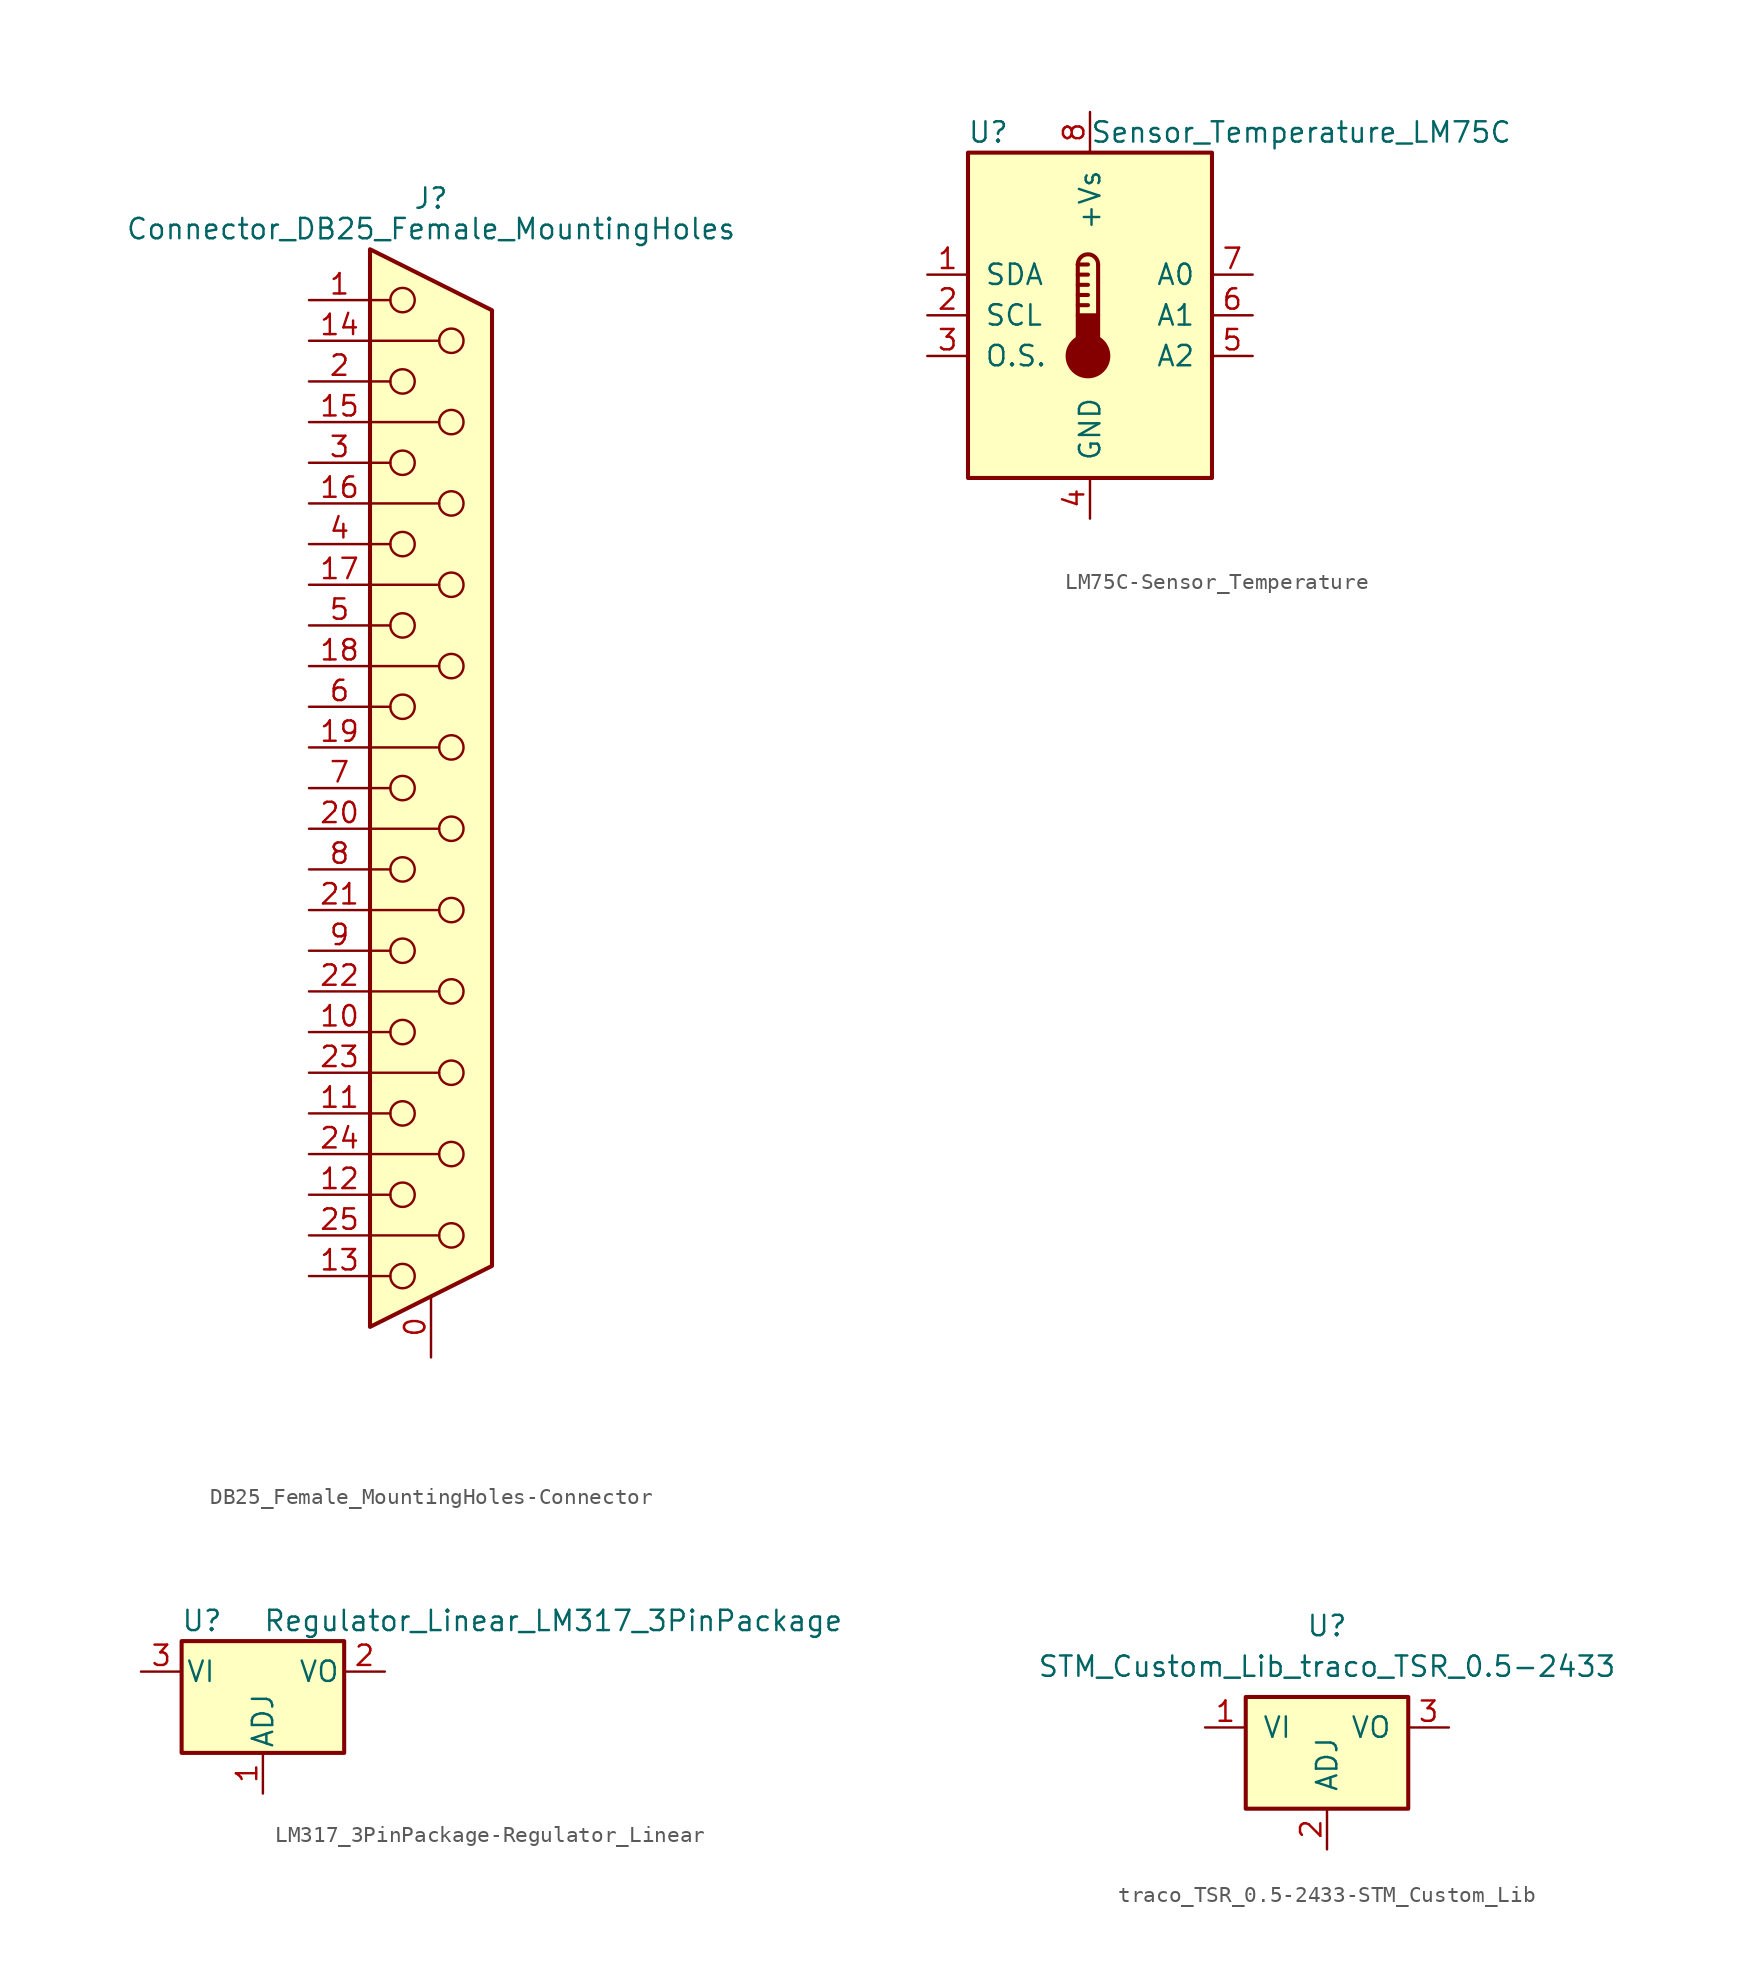
<source format=kicad_sym>
(kicad_symbol_lib
  (version 20231120)
  (generator "kicad_symbol_editor")
  (generator_version "8.0")
  (symbol "DB25_Female_MountingHoles-Connector"
    (pin_names
      (offset 1.016) hide)
    (property "Reference" "J"
      (at 0 36.83 0)
      (effects (font (size 1.27 1.27))))
    (property "Value" "Connector_DB25_Female_MountingHoles"
      (at 0 34.925 0)
      (effects (font (size 1.27 1.27))))
    (symbol "DB25_Female_MountingHoles-Connector_0_1"
      (circle (center -1.778 -30.48) (radius 0.762) (stroke (width 0) (type solid)) (fill (type none)))
      (circle (center -1.778 -25.4) (radius 0.762) (stroke (width 0) (type solid)) (fill (type none)))
      (circle (center -1.778 -20.32) (radius 0.762) (stroke (width 0) (type solid)) (fill (type none)))
      (circle (center -1.778 -15.24) (radius 0.762) (stroke (width 0) (type solid)) (fill (type none)))
      (circle (center -1.778 -10.16) (radius 0.762) (stroke (width 0) (type solid)) (fill (type none)))
      (circle (center -1.778 -5.08) (radius 0.762) (stroke (width 0) (type solid)) (fill (type none)))
      (circle (center -1.778 0) (radius 0.762) (stroke (width 0) (type solid)) (fill (type none)))
      (circle (center -1.778 5.08) (radius 0.762) (stroke (width 0) (type solid)) (fill (type none)))
      (circle (center -1.778 10.16) (radius 0.762) (stroke (width 0) (type solid)) (fill (type none)))
      (circle (center -1.778 15.24) (radius 0.762) (stroke (width 0) (type solid)) (fill (type none)))
      (circle (center -1.778 20.32) (radius 0.762) (stroke (width 0) (type solid)) (fill (type none)))
      (circle (center -1.778 25.4) (radius 0.762) (stroke (width 0) (type solid)) (fill (type none)))
      (circle (center -1.778 30.48) (radius 0.762) (stroke (width 0) (type solid)) (fill (type none)))
      (polyline (pts (xy -3.81 -30.48) (xy -2.54 -30.48)) (stroke (width 0) (type solid)) (fill (type none)))
      (polyline (pts (xy -3.81 -27.94) (xy 0.508 -27.94)) (stroke (width 0) (type solid)) (fill (type none)))
      (polyline (pts (xy -3.81 -25.4) (xy -2.54 -25.4)) (stroke (width 0) (type solid)) (fill (type none)))
      (polyline (pts (xy -3.81 -22.86) (xy 0.508 -22.86)) (stroke (width 0) (type solid)) (fill (type none)))
      (polyline (pts (xy -3.81 -20.32) (xy -2.54 -20.32)) (stroke (width 0) (type solid)) (fill (type none)))
      (polyline (pts (xy -3.81 -17.78) (xy 0.508 -17.78)) (stroke (width 0) (type solid)) (fill (type none)))
      (polyline (pts (xy -3.81 -15.24) (xy -2.54 -15.24)) (stroke (width 0) (type solid)) (fill (type none)))
      (polyline (pts (xy -3.81 -12.7) (xy 0.508 -12.7)) (stroke (width 0) (type solid)) (fill (type none)))
      (polyline (pts (xy -3.81 -10.16) (xy -2.54 -10.16)) (stroke (width 0) (type solid)) (fill (type none)))
      (polyline (pts (xy -3.81 -7.62) (xy 0.508 -7.62)) (stroke (width 0) (type solid)) (fill (type none)))
      (polyline (pts (xy -3.81 -5.08) (xy -2.54 -5.08)) (stroke (width 0) (type solid)) (fill (type none)))
      (polyline (pts (xy -3.81 -2.54) (xy 0.508 -2.54)) (stroke (width 0) (type solid)) (fill (type none)))
      (polyline (pts (xy -3.81 0) (xy -2.54 0)) (stroke (width 0) (type solid)) (fill (type none)))
      (polyline (pts (xy -3.81 2.54) (xy 0.508 2.54)) (stroke (width 0) (type solid)) (fill (type none)))
      (polyline (pts (xy -3.81 5.08) (xy -2.54 5.08)) (stroke (width 0) (type solid)) (fill (type none)))
      (polyline (pts (xy -3.81 7.62) (xy 0.508 7.62)) (stroke (width 0) (type solid)) (fill (type none)))
      (polyline (pts (xy -3.81 10.16) (xy -2.54 10.16)) (stroke (width 0) (type solid)) (fill (type none)))
      (polyline (pts (xy -3.81 12.7) (xy 0.508 12.7)) (stroke (width 0) (type solid)) (fill (type none)))
      (polyline (pts (xy -3.81 15.24) (xy -2.54 15.24)) (stroke (width 0) (type solid)) (fill (type none)))
      (polyline (pts (xy -3.81 17.78) (xy 0.508 17.78)) (stroke (width 0) (type solid)) (fill (type none)))
      (polyline (pts (xy -3.81 20.32) (xy -2.54 20.32)) (stroke (width 0) (type solid)) (fill (type none)))
      (polyline (pts (xy -3.81 22.86) (xy 0.508 22.86)) (stroke (width 0) (type solid)) (fill (type none)))
      (polyline (pts (xy -3.81 25.4) (xy -2.54 25.4)) (stroke (width 0) (type solid)) (fill (type none)))
      (polyline (pts (xy -3.81 27.94) (xy 0.508 27.94)) (stroke (width 0) (type solid)) (fill (type none)))
      (polyline (pts (xy -3.81 30.48) (xy -2.54 30.48)) (stroke (width 0) (type solid)) (fill (type none)))
      (polyline (pts (xy -3.81 33.655) (xy 3.81 29.845) (xy 3.81 -29.845) (xy -3.81 -33.655) (xy -3.81 33.655)) (stroke (width 0.254) (type solid)) (fill (type background)))
      (circle (center 1.27 -27.94) (radius 0.762) (stroke (width 0) (type solid)) (fill (type none)))
      (circle (center 1.27 -22.86) (radius 0.762) (stroke (width 0) (type solid)) (fill (type none)))
      (circle (center 1.27 -17.78) (radius 0.762) (stroke (width 0) (type solid)) (fill (type none)))
      (circle (center 1.27 -12.7) (radius 0.762) (stroke (width 0) (type solid)) (fill (type none)))
      (circle (center 1.27 -7.62) (radius 0.762) (stroke (width 0) (type solid)) (fill (type none)))
      (circle (center 1.27 -2.54) (radius 0.762) (stroke (width 0) (type solid)) (fill (type none)))
      (circle (center 1.27 2.54) (radius 0.762) (stroke (width 0) (type solid)) (fill (type none)))
      (circle (center 1.27 7.62) (radius 0.762) (stroke (width 0) (type solid)) (fill (type none)))
      (circle (center 1.27 12.7) (radius 0.762) (stroke (width 0) (type solid)) (fill (type none)))
      (circle (center 1.27 17.78) (radius 0.762) (stroke (width 0) (type solid)) (fill (type none)))
      (circle (center 1.27 22.86) (radius 0.762) (stroke (width 0) (type solid)) (fill (type none)))
      (circle (center 1.27 27.94) (radius 0.762) (stroke (width 0) (type solid)) (fill (type none))))
    (symbol "DB25_Female_MountingHoles-Connector_1_1"
      (pin passive line (at 0 -35.56 90) (length 3.81) (name "PAD" (effects (font (size 1.27 1.27)))) (number "0" (effects (font (size 1.27 1.27)))))
      (pin passive line (at -7.62 30.48 0) (length 3.81) (name "1" (effects (font (size 1.27 1.27)))) (number "1" (effects (font (size 1.27 1.27)))))
      (pin passive line (at -7.62 -15.24 0) (length 3.81) (name "10" (effects (font (size 1.27 1.27)))) (number "10" (effects (font (size 1.27 1.27)))))
      (pin passive line (at -7.62 -20.32 0) (length 3.81) (name "11" (effects (font (size 1.27 1.27)))) (number "11" (effects (font (size 1.27 1.27)))))
      (pin passive line (at -7.62 -25.4 0) (length 3.81) (name "12" (effects (font (size 1.27 1.27)))) (number "12" (effects (font (size 1.27 1.27)))))
      (pin passive line (at -7.62 -30.48 0) (length 3.81) (name "13" (effects (font (size 1.27 1.27)))) (number "13" (effects (font (size 1.27 1.27)))))
      (pin passive line (at -7.62 27.94 0) (length 3.81) (name "P14" (effects (font (size 1.27 1.27)))) (number "14" (effects (font (size 1.27 1.27)))))
      (pin passive line (at -7.62 22.86 0) (length 3.81) (name "P15" (effects (font (size 1.27 1.27)))) (number "15" (effects (font (size 1.27 1.27)))))
      (pin passive line (at -7.62 17.78 0) (length 3.81) (name "P16" (effects (font (size 1.27 1.27)))) (number "16" (effects (font (size 1.27 1.27)))))
      (pin passive line (at -7.62 12.7 0) (length 3.81) (name "P17" (effects (font (size 1.27 1.27)))) (number "17" (effects (font (size 1.27 1.27)))))
      (pin passive line (at -7.62 7.62 0) (length 3.81) (name "P18" (effects (font (size 1.27 1.27)))) (number "18" (effects (font (size 1.27 1.27)))))
      (pin passive line (at -7.62 2.54 0) (length 3.81) (name "P19" (effects (font (size 1.27 1.27)))) (number "19" (effects (font (size 1.27 1.27)))))
      (pin passive line (at -7.62 25.4 0) (length 3.81) (name "2" (effects (font (size 1.27 1.27)))) (number "2" (effects (font (size 1.27 1.27)))))
      (pin passive line (at -7.62 -2.54 0) (length 3.81) (name "P20" (effects (font (size 1.27 1.27)))) (number "20" (effects (font (size 1.27 1.27)))))
      (pin passive line (at -7.62 -7.62 0) (length 3.81) (name "P21" (effects (font (size 1.27 1.27)))) (number "21" (effects (font (size 1.27 1.27)))))
      (pin passive line (at -7.62 -12.7 0) (length 3.81) (name "P22" (effects (font (size 1.27 1.27)))) (number "22" (effects (font (size 1.27 1.27)))))
      (pin passive line (at -7.62 -17.78 0) (length 3.81) (name "P23" (effects (font (size 1.27 1.27)))) (number "23" (effects (font (size 1.27 1.27)))))
      (pin passive line (at -7.62 -22.86 0) (length 3.81) (name "P24" (effects (font (size 1.27 1.27)))) (number "24" (effects (font (size 1.27 1.27)))))
      (pin passive line (at -7.62 -27.94 0) (length 3.81) (name "P25" (effects (font (size 1.27 1.27)))) (number "25" (effects (font (size 1.27 1.27)))))
      (pin passive line (at -7.62 20.32 0) (length 3.81) (name "3" (effects (font (size 1.27 1.27)))) (number "3" (effects (font (size 1.27 1.27)))))
      (pin passive line (at -7.62 15.24 0) (length 3.81) (name "4" (effects (font (size 1.27 1.27)))) (number "4" (effects (font (size 1.27 1.27)))))
      (pin passive line (at -7.62 10.16 0) (length 3.81) (name "5" (effects (font (size 1.27 1.27)))) (number "5" (effects (font (size 1.27 1.27)))))
      (pin passive line (at -7.62 5.08 0) (length 3.81) (name "6" (effects (font (size 1.27 1.27)))) (number "6" (effects (font (size 1.27 1.27)))))
      (pin passive line (at -7.62 0 0) (length 3.81) (name "7" (effects (font (size 1.27 1.27)))) (number "7" (effects (font (size 1.27 1.27)))))
      (pin passive line (at -7.62 -5.08 0) (length 3.81) (name "8" (effects (font (size 1.27 1.27)))) (number "8" (effects (font (size 1.27 1.27)))))
      (pin passive line (at -7.62 -10.16 0) (length 3.81) (name "9" (effects (font (size 1.27 1.27)))) (number "9" (effects (font (size 1.27 1.27)))))))
  (symbol "LM75C-Sensor_Temperature"
    (pin_names
      (offset 1.016))
    (property "Reference" "U"
      (at -6.35 11.43 0)
      (effects (font (size 1.27 1.27))))
    (property "Value" "Sensor_Temperature_LM75C"
      (at 0 11.43 0)
      (effects (font (size 1.27 1.27)) (justify left)))
    (symbol "LM75C-Sensor_Temperature_0_1"
      (rectangle (start -7.62 10.16) (end 7.62 -10.16) (stroke (width 0.254) (type solid)) (fill (type background)))
      (circle (center -0.127 -2.54) (radius 1.27) (stroke (width 0.254) (type solid)) (fill (type outline)))
      (polyline (pts (xy -0.762 0.635) (xy -0.127 0.635)) (stroke (width 0.254) (type solid)) (fill (type none)))
      (polyline (pts (xy -0.762 1.27) (xy -0.127 1.27)) (stroke (width 0.254) (type solid)) (fill (type none)))
      (polyline (pts (xy -0.762 1.905) (xy -0.127 1.905)) (stroke (width 0.254) (type solid)) (fill (type none)))
      (polyline (pts (xy -0.762 2.54) (xy -0.127 2.54)) (stroke (width 0.254) (type solid)) (fill (type none)))
      (polyline (pts (xy -0.762 3.175) (xy -0.762 0)) (stroke (width 0.254) (type solid)) (fill (type none)))
      (polyline (pts (xy -0.762 3.175) (xy -0.127 3.175)) (stroke (width 0.254) (type solid)) (fill (type none)))
      (polyline (pts (xy 0.508 3.175) (xy 0.508 0)) (stroke (width 0.254) (type solid)) (fill (type none)))
      (rectangle (start 0.508 -1.905) (end -0.762 0) (stroke (width 0.254) (type solid)) (fill (type outline)))
      (arc (start 0.508 3.175) (mid -0.127 3.81) (end -0.762 3.175) (stroke (width 0.254) (type solid)) (fill (type none))))
    (symbol "LM75C-Sensor_Temperature_1_1"
      (pin bidirectional line (at -10.16 2.54 0) (length 2.54) (name "SDA" (effects (font (size 1.27 1.27)))) (number "1" (effects (font (size 1.27 1.27)))))
      (pin input line (at -10.16 0 0) (length 2.54) (name "SCL" (effects (font (size 1.27 1.27)))) (number "2" (effects (font (size 1.27 1.27)))))
      (pin open_collector line (at -10.16 -2.54 0) (length 2.54) (name "O.S." (effects (font (size 1.27 1.27)))) (number "3" (effects (font (size 1.27 1.27)))))
      (pin power_in line (at 0 -12.7 90) (length 2.54) (name "GND" (effects (font (size 1.27 1.27)))) (number "4" (effects (font (size 1.27 1.27)))))
      (pin input line (at 10.16 -2.54 180) (length 2.54) (name "A2" (effects (font (size 1.27 1.27)))) (number "5" (effects (font (size 1.27 1.27)))))
      (pin input line (at 10.16 0 180) (length 2.54) (name "A1" (effects (font (size 1.27 1.27)))) (number "6" (effects (font (size 1.27 1.27)))))
      (pin input line (at 10.16 2.54 180) (length 2.54) (name "A0" (effects (font (size 1.27 1.27)))) (number "7" (effects (font (size 1.27 1.27)))))
      (pin power_in line (at 0 12.7 270) (length 2.54) (name "+Vs" (effects (font (size 1.27 1.27)))) (number "8" (effects (font (size 1.27 1.27)))))))
  (symbol "LM317_3PinPackage-Regulator_Linear"
    (pin_names
      (offset 0.254))
    (property "Reference" "U"
      (at -3.81 3.175 0)
      (effects (font (size 1.27 1.27))))
    (property "Value" "Regulator_Linear_LM317_3PinPackage"
      (at 0 3.175 0)
      (effects (font (size 1.27 1.27)) (justify left)))
    (symbol "LM317_3PinPackage-Regulator_Linear_0_1"
      (rectangle (start -5.08 1.905) (end 5.08 -5.08) (stroke (width 0.254) (type solid)) (fill (type background))))
    (symbol "LM317_3PinPackage-Regulator_Linear_1_1"
      (pin input line (at 0 -7.62 90) (length 2.54) (name "ADJ" (effects (font (size 1.27 1.27)))) (number "1" (effects (font (size 1.27 1.27)))))
      (pin power_out line (at 7.62 0 180) (length 2.54) (name "VO" (effects (font (size 1.27 1.27)))) (number "2" (effects (font (size 1.27 1.27)))))
      (pin power_in line (at -7.62 0 0) (length 2.54) (name "VI" (effects (font (size 1.27 1.27)))) (number "3" (effects (font (size 1.27 1.27)))))))
  (symbol "traco_TSR_0.5-2433-STM_Custom_Lib"
    (pin_names
      (offset 1.016))
    (property "Reference" "U"
      (at 0 6.35 0)
      (effects (font (size 1.27 1.27))))
    (property "Value" "STM_Custom_Lib_traco_TSR_0.5-2433"
      (at 0 3.81 0)
      (effects (font (size 1.27 1.27))))
    (symbol "traco_TSR_0.5-2433-STM_Custom_Lib_1_1"
      (rectangle (start -5.08 1.905) (end 5.08 -5.08) (stroke (width 0.254) (type solid)) (fill (type background)))
      (pin power_in line (at -7.62 0 0) (length 2.54) (name "VI" (effects (font (size 1.27 1.27)))) (number "1" (effects (font (size 1.27 1.27)))))
      (pin input line (at 0 -7.62 90) (length 2.54) (name "ADJ" (effects (font (size 1.27 1.27)))) (number "2" (effects (font (size 1.27 1.27)))))
      (pin power_out line (at 7.62 0 180) (length 2.54) (name "VO" (effects (font (size 1.27 1.27)))) (number "3" (effects (font (size 1.27 1.27))))))))
</source>
